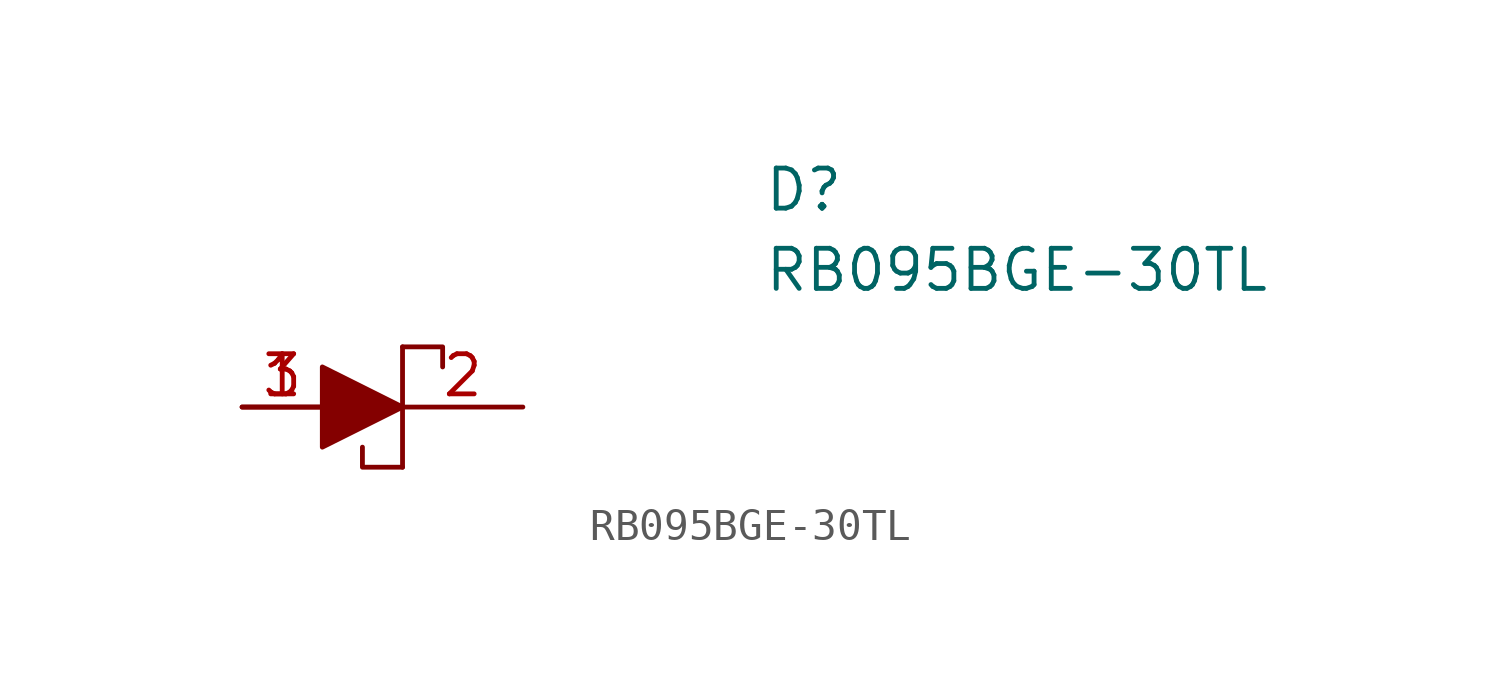
<source format=kicad_sym>
(kicad_symbol_lib
  (version 20241209)
  (generator "kicad_symbol_editor")
  (generator_version "9.0")
  (symbol "RB095BGE-30TL"
    (property "Reference" "D"
      (at 19.05 7.62 0)
      (effects (font (size 1.27 1.27)) (justify left top)))
    (property "Value" "RB095BGE-30TL"
      (at 19.05 5.08 0)
      (effects (font (size 1.27 1.27)) (justify left top)))
    (symbol "RB095BGE-30TL_0_1"
      (polyline (pts (xy 7.62 1.905) (xy 7.62 -1.905)) (stroke (width 0) (type default)) (fill (type none)))
      (polyline (pts (xy 7.62 1.905) (xy 8.89 1.905) (xy 8.89 1.27)) (stroke (width 0) (type default)) (fill (type none)))
      (polyline (pts (xy 7.62 -1.905) (xy 6.35 -1.905) (xy 6.35 -1.27)) (stroke (width 0) (type default)) (fill (type none))))
    (symbol "RB095BGE-30TL_1_1"
      (polyline (pts (xy 5.08 1.27) (xy 5.08 -1.27) (xy 7.62 0) (xy 5.08 1.27)) (stroke (width 0) (type default)) (fill (type outline)))
      (pin passive line (at 2.54 0 0) (length 2.54) (name "" (effects (font (size 1.27 1.27)))) (number "1" (effects (font (size 1.27 1.27)))))
      (pin passive line (at 2.54 0 0) (length 2.54) (name "" (effects (font (size 1.27 1.27)))) (number "3" (effects (font (size 1.27 1.27)))))
      (pin passive line (at 11.43 0 180) (length 3.81) (name "" (effects (font (size 1.27 1.27)))) (number "2" (effects (font (size 1.27 1.27))))))))
</source>
